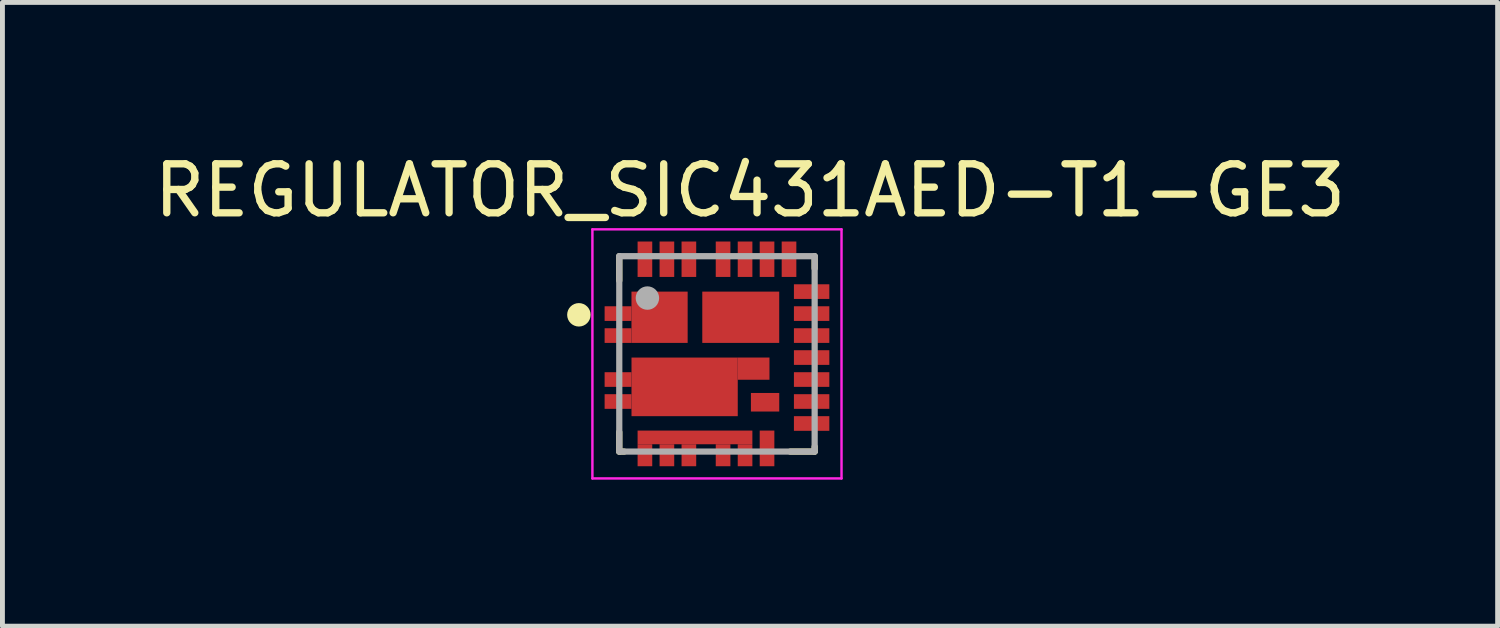
<source format=kicad_pcb>
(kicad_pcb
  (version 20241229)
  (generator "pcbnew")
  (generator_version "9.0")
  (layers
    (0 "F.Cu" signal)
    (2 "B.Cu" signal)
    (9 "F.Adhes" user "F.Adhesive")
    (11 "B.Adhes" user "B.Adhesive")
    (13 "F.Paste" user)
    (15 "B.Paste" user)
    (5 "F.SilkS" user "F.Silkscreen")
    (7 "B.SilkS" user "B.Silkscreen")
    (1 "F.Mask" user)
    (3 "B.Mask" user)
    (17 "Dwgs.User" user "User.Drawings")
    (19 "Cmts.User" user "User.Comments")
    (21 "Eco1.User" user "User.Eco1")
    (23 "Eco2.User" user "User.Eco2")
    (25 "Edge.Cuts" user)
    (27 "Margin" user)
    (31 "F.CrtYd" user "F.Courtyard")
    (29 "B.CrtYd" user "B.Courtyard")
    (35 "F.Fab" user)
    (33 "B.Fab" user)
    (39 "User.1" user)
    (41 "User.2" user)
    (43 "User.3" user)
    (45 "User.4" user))
  (footprint "REGULATOR_SIC431AED-T1-GE3"
    (layer "F.Cu")
    (at 11.628 4.195)
    (property "Reference" "REGULATOR_SIC431AED-T1-GE3" (at 0.677 -3.345 0) (layer "F.SilkS") (effects (font (size 1.003 1.003) (thickness 0.15))))
    (attr through_hole)
    (fp_line (start -2 -2) (end -2 -1.5) (stroke (width 0.127) (type solid)) (layer "F.SilkS"))
    (fp_line (start -2 1.6) (end -2 2) (stroke (width 0.127) (type solid)) (layer "F.SilkS"))
    (fp_line (start -2 2) (end -1.9 2) (stroke (width 0.127) (type solid)) (layer "F.SilkS"))
    (fp_line (start 1.5 2) (end 2 2) (stroke (width 0.127) (type solid)) (layer "F.SilkS"))
    (fp_line (start 2 -2) (end 2 -1.75) (stroke (width 0.127) (type solid)) (layer "F.SilkS"))
    (fp_line (start 2 2) (end 2 1.9) (stroke (width 0.127) (type solid)) (layer "F.SilkS"))
    (fp_circle (center -2.827 -0.8) (end -2.707 -0.8) (stroke (width 0.24) (type solid)) (fill no) (layer "F.SilkS"))
    (fp_line (start -2.55 -2.55) (end 2.55 -2.55) (stroke (width 0.05) (type solid)) (layer "F.CrtYd"))
    (fp_line (start -2.55 2.55) (end -2.55 -2.55) (stroke (width 0.05) (type solid)) (layer "F.CrtYd"))
    (fp_line (start 2.55 -2.55) (end 2.55 2.55) (stroke (width 0.05) (type solid)) (layer "F.CrtYd"))
    (fp_line (start 2.55 2.55) (end -2.55 2.55) (stroke (width 0.05) (type solid)) (layer "F.CrtYd"))
    (fp_line (start -2 -2) (end 2 -2) (stroke (width 0.127) (type solid)) (layer "F.Fab"))
    (fp_line (start -2 2) (end -2 -2) (stroke (width 0.127) (type solid)) (layer "F.Fab"))
    (fp_line (start 2 -2) (end 2 2) (stroke (width 0.127) (type solid)) (layer "F.Fab"))
    (fp_line (start 2 2) (end -2 2) (stroke (width 0.127) (type solid)) (layer "F.Fab"))
    (fp_circle (center -1.424 -1.143) (end -1.304 -1.143) (stroke (width 0.24) (type solid)) (fill no) (layer "F.Fab"))
    (pad "1" smd rect (at -2.025 -0.825) (size 0.55 0.3) (layers "F.Cu" "F.Mask" "F.Paste"))
    (pad "2" smd rect (at -2.025 -0.375) (size 0.55 0.3) (layers "F.Cu" "F.Mask" "F.Paste"))
    (pad "3" smd rect (at -2.025 0.525) (size 0.55 0.3) (layers "F.Cu" "F.Mask" "F.Paste"))
    (pad "4" smd rect (at -2.025 0.975) (size 0.55 0.3) (layers "F.Cu" "F.Mask" "F.Paste"))
    (pad "5" smd rect (at -1.475 2.075) (size 0.3 0.45) (layers "F.Cu" "F.Mask" "F.Paste"))
    (pad "6" smd rect (at -1.025 2.075) (size 0.3 0.45) (layers "F.Cu" "F.Mask" "F.Paste"))
    (pad "7" smd rect (at -0.575 2.075) (size 0.3 0.45) (layers "F.Cu" "F.Mask" "F.Paste"))
    (pad "8" smd rect (at 0.125 2.075) (size 0.3 0.45) (layers "F.Cu" "F.Mask" "F.Paste"))
    (pad "9" smd rect (at 0.575 2.075) (size 0.3 0.45) (layers "F.Cu" "F.Mask" "F.Paste"))
    (pad "9.1" smd rect (at -0.45 1.71) (size 2.35 0.28) (layers "F.Cu" "F.Mask" "F.Paste"))
    (pad "10" smd rect (at 1.025 1.935) (size 0.3 0.73) (layers "F.Cu" "F.Mask" "F.Paste"))
    (pad "11" smd rect (at 1.938 1.425 90) (size 0.3 0.725) (layers "F.Cu" "F.Mask" "F.Paste"))
    (pad "12" smd rect (at 1.938 0.975 90) (size 0.3 0.725) (layers "F.Cu" "F.Mask" "F.Paste"))
    (pad "13" smd rect (at 1.938 0.525 90) (size 0.3 0.725) (layers "F.Cu" "F.Mask" "F.Paste"))
    (pad "14" smd rect (at 1.938 0.075 90) (size 0.3 0.725) (layers "F.Cu" "F.Mask" "F.Paste"))
    (pad "15" smd rect (at 1.938 -0.375 90) (size 0.3 0.725) (layers "F.Cu" "F.Mask" "F.Paste"))
    (pad "16" smd rect (at 1.938 -0.825 90) (size 0.3 0.725) (layers "F.Cu" "F.Mask" "F.Paste"))
    (pad "17" smd rect (at 1.938 -1.275 90) (size 0.3 0.725) (layers "F.Cu" "F.Mask" "F.Paste"))
    (pad "18" smd rect (at 1.475 -1.938) (size 0.3 0.725) (layers "F.Cu" "F.Mask" "F.Paste"))
    (pad "19" smd rect (at 1.025 -1.938) (size 0.3 0.725) (layers "F.Cu" "F.Mask" "F.Paste"))
    (pad "20" smd rect (at 0.575 -1.938) (size 0.3 0.725) (layers "F.Cu" "F.Mask" "F.Paste"))
    (pad "21" smd rect (at 0.125 -1.938) (size 0.3 0.725) (layers "F.Cu" "F.Mask" "F.Paste"))
    (pad "22" smd rect (at -0.575 -1.938) (size 0.3 0.725) (layers "F.Cu" "F.Mask" "F.Paste"))
    (pad "23" smd rect (at -1.025 -1.938) (size 0.3 0.725) (layers "F.Cu" "F.Mask" "F.Paste"))
    (pad "24" smd rect (at -1.475 -1.938) (size 0.3 0.725) (layers "F.Cu" "F.Mask" "F.Paste"))
    (pad "25" smd rect (at 0.487 -0.75) (size 1.575 1.05) (layers "F.Cu" "F.Mask" "F.Paste"))
    (pad "26" smd rect (at -1.175 -0.75) (size 1.15 1.05) (layers "F.Cu" "F.Mask" "F.Paste"))
    (pad "27_1" smd rect (at -0.662 0.675) (size 2.175 1.2) (layers "F.Cu" "F.Mask" "F.Paste"))
    (pad "27_2" smd rect (at 0.75 0.302) (size 0.65 0.455) (layers "F.Cu" "F.Mask" "F.Paste"))
    (pad "28" smd rect (at 0.985 0.99) (size 0.58 0.38) (layers "F.Cu" "F.Mask" "F.Paste")))
  (gr_rect
    (start -3 -3)
    (end 27.61 9.77)
    (stroke (width 0.1) (type default))
    (fill no)
    (layer "Edge.Cuts")))
</source>
